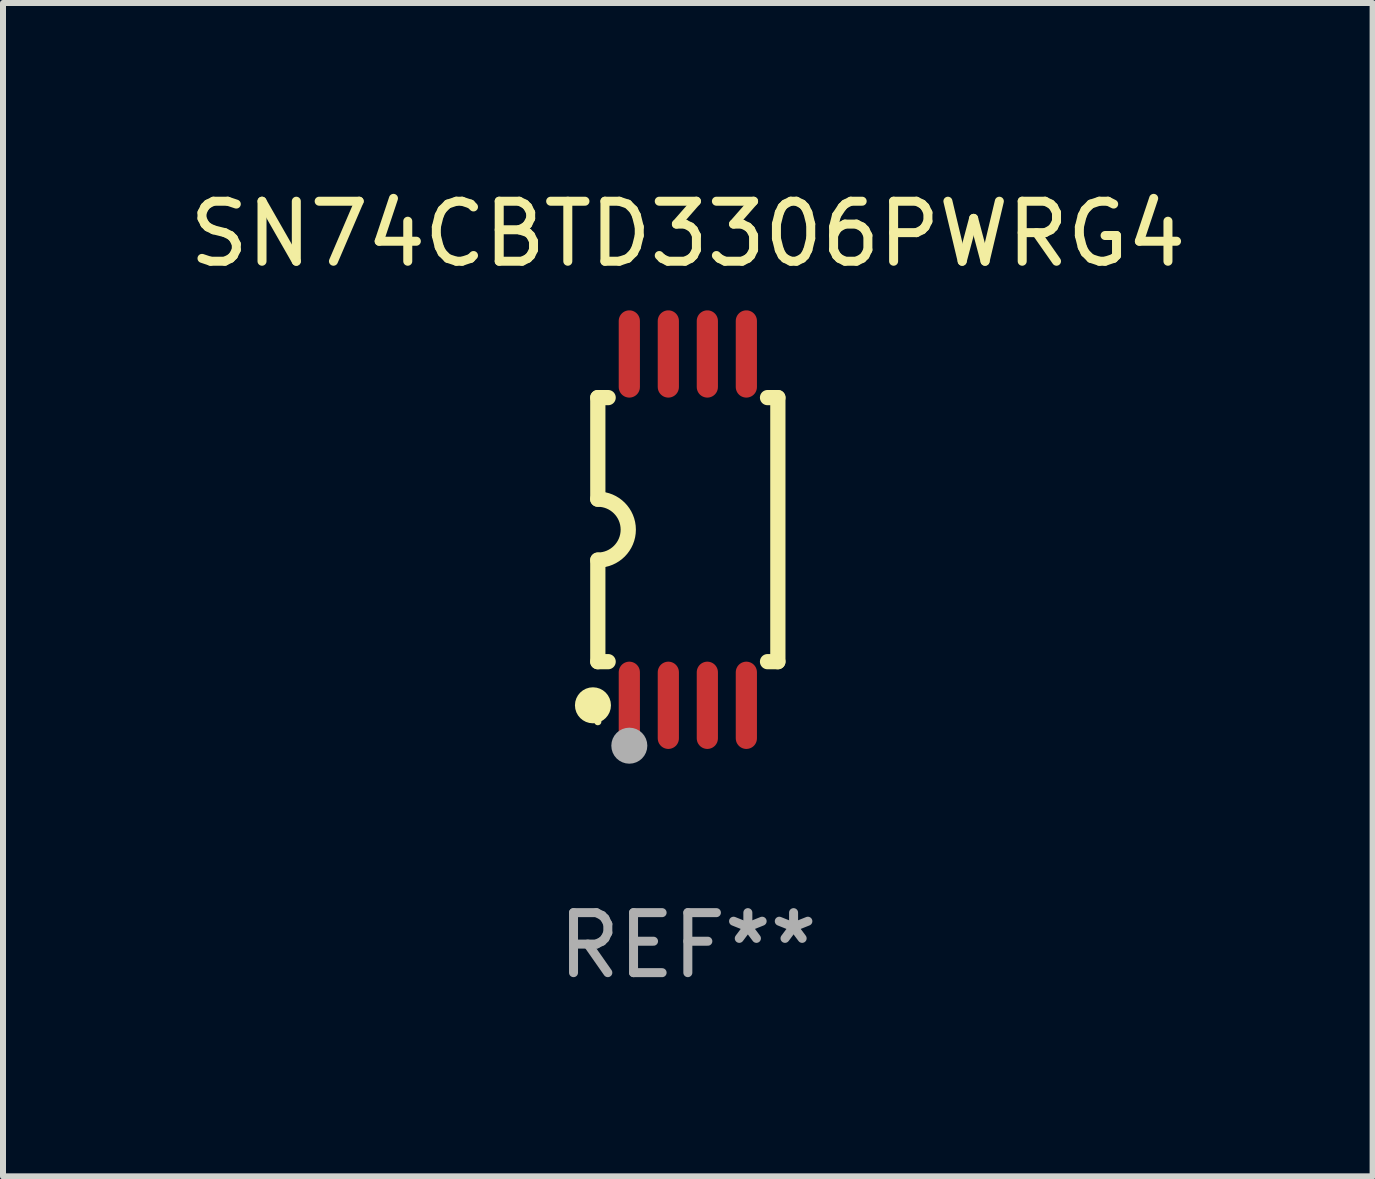
<source format=kicad_pcb>
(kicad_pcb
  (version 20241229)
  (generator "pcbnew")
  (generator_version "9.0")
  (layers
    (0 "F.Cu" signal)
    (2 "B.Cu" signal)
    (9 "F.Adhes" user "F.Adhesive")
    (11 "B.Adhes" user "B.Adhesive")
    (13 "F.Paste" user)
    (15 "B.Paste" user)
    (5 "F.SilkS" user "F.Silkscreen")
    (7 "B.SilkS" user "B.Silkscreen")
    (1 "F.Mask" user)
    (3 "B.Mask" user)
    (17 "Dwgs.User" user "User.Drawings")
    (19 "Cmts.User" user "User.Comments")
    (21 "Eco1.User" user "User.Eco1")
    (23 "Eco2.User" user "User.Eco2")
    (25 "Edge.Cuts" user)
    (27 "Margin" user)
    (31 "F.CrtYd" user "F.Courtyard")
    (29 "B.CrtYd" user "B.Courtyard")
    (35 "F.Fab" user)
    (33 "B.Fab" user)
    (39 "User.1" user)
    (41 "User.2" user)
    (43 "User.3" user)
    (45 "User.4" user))
  (footprint "SN74CBTD3306PWRG4"
    (layer "F.Cu")
    (at 8.411 5.775)
    (property "Reference" "SN74CBTD3306PWRG4" (at 0 -4.927 0) (layer "F.SilkS") (effects (font (size 1 1) (thickness 0.15))))
    (attr through_hole)
    (fp_line (start -1.5 -2.2) (end -1.5 -0.508) (stroke (width 0.254) (type solid)) (layer "F.SilkS"))
    (fp_line (start -1.5 -2.2) (end -1.328 -2.2) (stroke (width 0.254) (type solid)) (layer "F.SilkS"))
    (fp_line (start -1.5 2.2) (end -1.5 0.508) (stroke (width 0.254) (type solid)) (layer "F.SilkS"))
    (fp_line (start -1.5 2.2) (end -1.328 2.2) (stroke (width 0.254) (type solid)) (layer "F.SilkS"))
    (fp_line (start 1.328 -2.2) (end 1.5 -2.2) (stroke (width 0.254) (type solid)) (layer "F.SilkS"))
    (fp_line (start 1.328 2.2) (end 1.5 2.2) (stroke (width 0.254) (type solid)) (layer "F.SilkS"))
    (fp_line (start 1.5 -2.2) (end 1.5 2.2) (stroke (width 0.254) (type solid)) (layer "F.SilkS"))
    (fp_arc (start -1.501144 -0.508) (mid -0.993143 -0.000571) (end -1.5 0.508001) (stroke (width 0.254001) (type solid)) (layer "F.SilkS"))
    (fp_circle (center -1.581 2.927) (end -1.431 2.927) (stroke (width 0.3) (type solid)) (fill no) (layer "F.SilkS"))
    (fp_circle (center -1.5 3.2) (end -1.47 3.2) (stroke (width 0.06) (type solid)) (fill no) (layer "F.SilkS"))
    (fp_circle (center -0.975 3.6) (end -0.825 3.6) (stroke (width 0.3) (type solid)) (fill no) (layer "F.Fab"))
    (fp_text user "REF**" (at 0 6.927 0) (layer "F.Fab") (effects (font (size 1 1) (thickness 0.15))))
    (pad "1" smd oval (at -0.975 2.927) (size 0.353 1.454) (layers "F.Cu" "F.Mask" "F.Paste"))
    (pad "2" smd oval (at -0.325 2.927) (size 0.353 1.454) (layers "F.Cu" "F.Mask" "F.Paste"))
    (pad "3" smd oval (at 0.325 2.927) (size 0.353 1.454) (layers "F.Cu" "F.Mask" "F.Paste"))
    (pad "4" smd oval (at 0.975 2.927) (size 0.353 1.454) (layers "F.Cu" "F.Mask" "F.Paste"))
    (pad "5" smd oval (at 0.975 -2.927) (size 0.353 1.454) (layers "F.Cu" "F.Mask" "F.Paste"))
    (pad "6" smd oval (at 0.325 -2.927) (size 0.353 1.454) (layers "F.Cu" "F.Mask" "F.Paste"))
    (pad "7" smd oval (at -0.325 -2.927) (size 0.353 1.454) (layers "F.Cu" "F.Mask" "F.Paste"))
    (pad "8" smd oval (at -0.975 -2.927) (size 0.353 1.454) (layers "F.Cu" "F.Mask" "F.Paste")))
  (gr_rect
    (start -3 -3)
    (end 19.821 16.551)
    (stroke (width 0.1) (type default))
    (fill no)
    (layer "Edge.Cuts")))
</source>
